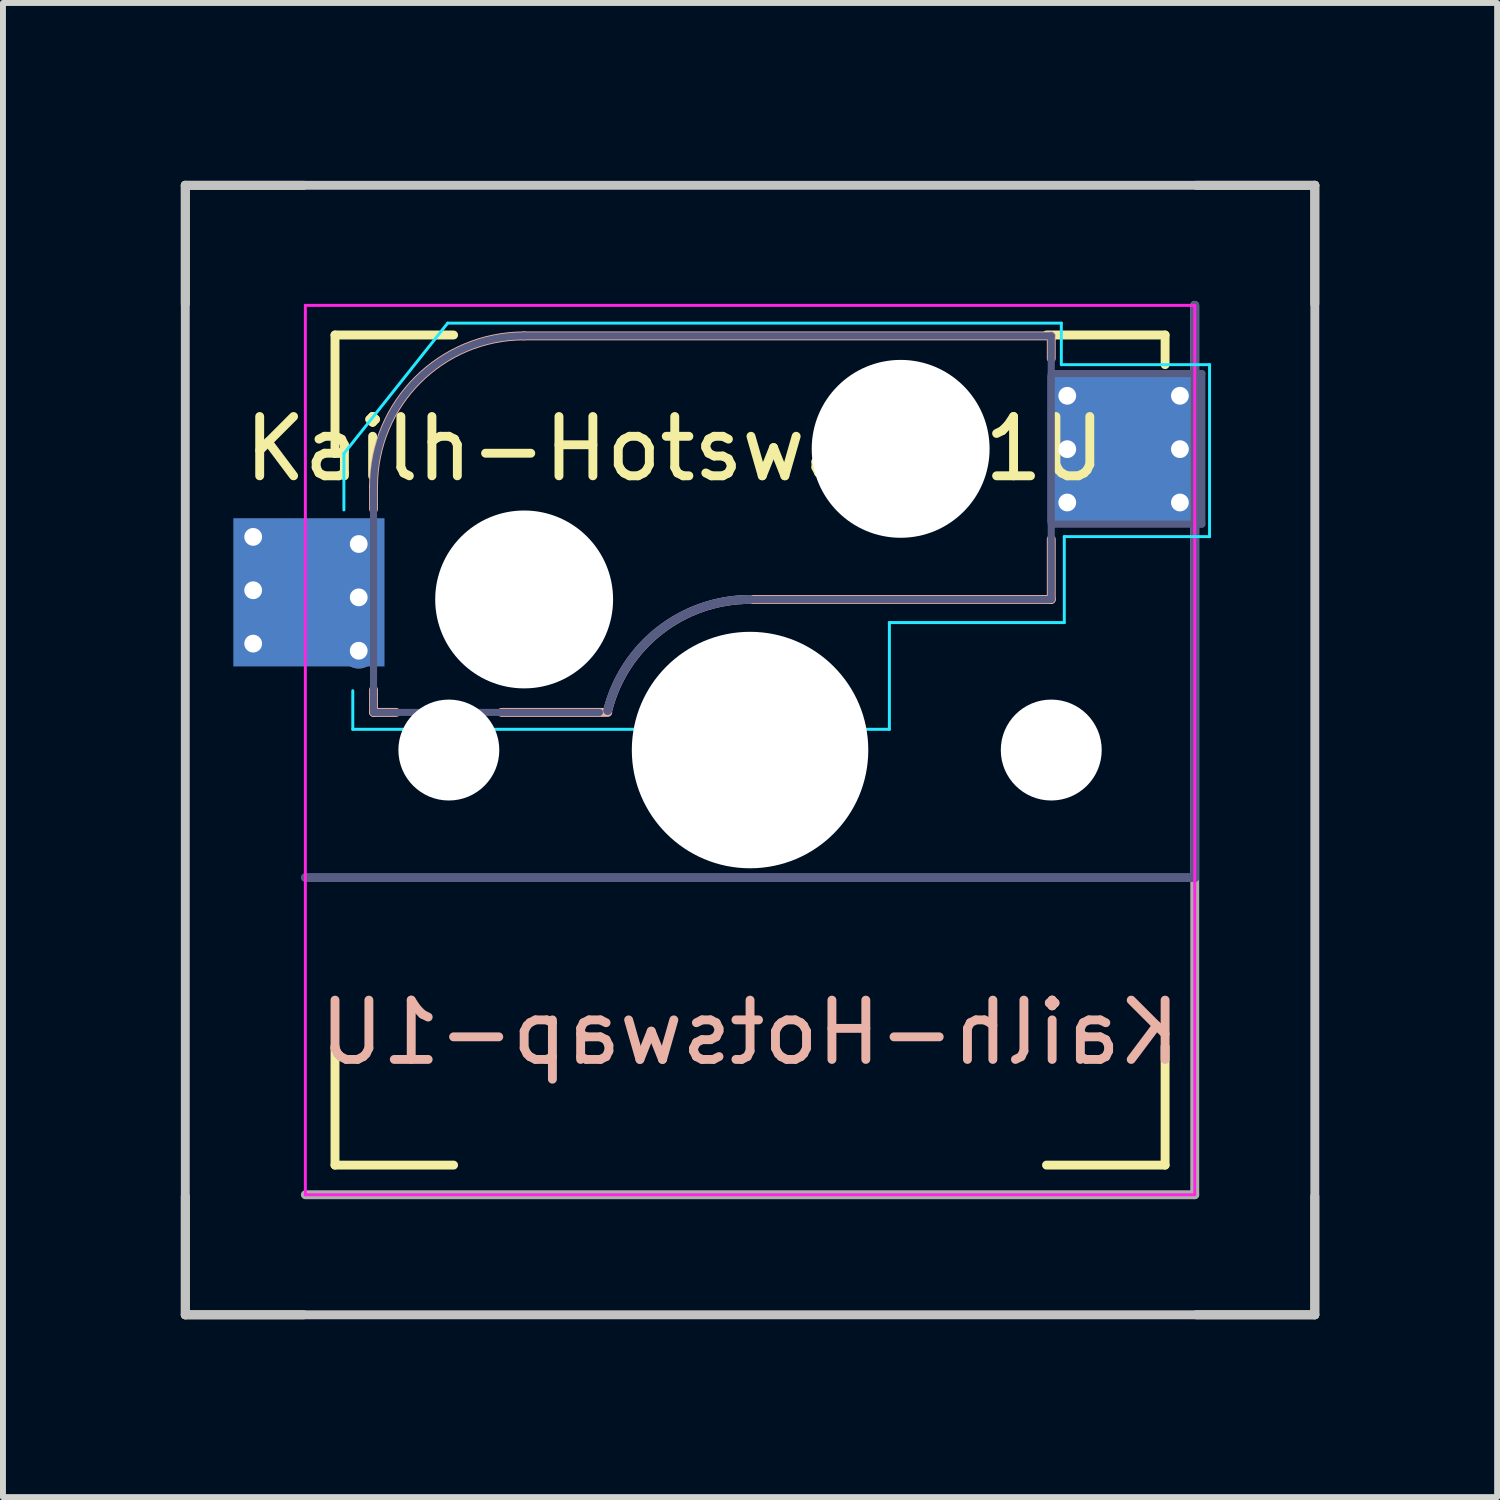
<source format=kicad_pcb>
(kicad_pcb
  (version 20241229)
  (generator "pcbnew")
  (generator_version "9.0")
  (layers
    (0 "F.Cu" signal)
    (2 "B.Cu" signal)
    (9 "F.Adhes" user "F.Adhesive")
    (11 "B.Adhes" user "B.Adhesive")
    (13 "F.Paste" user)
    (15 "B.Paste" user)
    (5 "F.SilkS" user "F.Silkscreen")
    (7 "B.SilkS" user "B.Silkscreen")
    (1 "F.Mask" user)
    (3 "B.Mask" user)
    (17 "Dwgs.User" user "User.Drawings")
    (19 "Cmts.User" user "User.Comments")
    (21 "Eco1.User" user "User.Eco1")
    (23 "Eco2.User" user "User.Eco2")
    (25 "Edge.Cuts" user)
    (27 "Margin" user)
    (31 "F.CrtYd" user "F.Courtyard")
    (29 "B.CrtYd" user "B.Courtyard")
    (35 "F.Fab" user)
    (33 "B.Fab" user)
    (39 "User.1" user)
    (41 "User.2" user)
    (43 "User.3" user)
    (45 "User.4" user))
  (footprint "Kailh-Hotswap-1U"
    (layer "F.Cu")
    (at 9.6 9.6)
    (property "Reference" "Kailh-Hotswap-1U" (at 0 4.763 0) (unlocked yes) (layer "B.SilkS") (effects (font (size 1 1) (thickness 0.15)) (justify mirror)))
    (attr smd)
    (fp_line (start -9.525 -9.525) (end -7.525 -9.525) (stroke (width 0.15) (type solid)) (layer "F.SilkS"))
    (fp_line (start -9.525 -7.525) (end -9.525 -9.525) (stroke (width 0.15) (type solid)) (layer "F.SilkS"))
    (fp_line (start -9.525 9.525) (end -9.525 7.525) (stroke (width 0.15) (type solid)) (layer "F.SilkS"))
    (fp_line (start -7.525 9.525) (end -9.525 9.525) (stroke (width 0.15) (type solid)) (layer "F.SilkS"))
    (fp_line (start -7 -7) (end -5 -7) (stroke (width 0.15) (type solid)) (layer "F.SilkS"))
    (fp_line (start -7 -5) (end -7 -7) (stroke (width 0.15) (type solid)) (layer "F.SilkS"))
    (fp_line (start -7 7) (end -7 5) (stroke (width 0.15) (type solid)) (layer "F.SilkS"))
    (fp_line (start -5 7) (end -7 7) (stroke (width 0.15) (type solid)) (layer "F.SilkS"))
    (fp_line (start 5 -7) (end 7 -7) (stroke (width 0.15) (type solid)) (layer "F.SilkS"))
    (fp_line (start 5 7) (end 7 7) (stroke (width 0.15) (type solid)) (layer "F.SilkS"))
    (fp_line (start 7 -7) (end 7 -6.5) (stroke (width 0.15) (type solid)) (layer "F.SilkS"))
    (fp_line (start 7 7) (end 7 5) (stroke (width 0.15) (type solid)) (layer "F.SilkS"))
    (fp_line (start 7.525 -9.525) (end 9.525 -9.525) (stroke (width 0.15) (type solid)) (layer "F.SilkS"))
    (fp_line (start 9.525 -9.525) (end 9.525 -7.525) (stroke (width 0.15) (type solid)) (layer "F.SilkS"))
    (fp_line (start 9.525 7.525) (end 9.525 9.525) (stroke (width 0.15) (type solid)) (layer "F.SilkS"))
    (fp_line (start 9.525 9.525) (end 7.525 9.525) (stroke (width 0.15) (type solid)) (layer "F.SilkS"))
    (fp_line (start -6.35 -4.445) (end -6.35 -4.064) (stroke (width 0.15) (type solid)) (layer "B.SilkS"))
    (fp_line (start -6.35 -1.016) (end -6.35 -0.635) (stroke (width 0.15) (type solid)) (layer "B.SilkS"))
    (fp_line (start -6.35 -0.635) (end -5.969 -0.635) (stroke (width 0.15) (type solid)) (layer "B.SilkS"))
    (fp_line (start -4.191 -0.635) (end -2.4 -0.635) (stroke (width 0.15) (type solid)) (layer "B.SilkS"))
    (fp_line (start 0 -2.54) (end 5.08 -2.54) (stroke (width 0.15) (type solid)) (layer "B.SilkS"))
    (fp_line (start 5.08 -6.985) (end -3.81 -6.985) (stroke (width 0.15) (type solid)) (layer "B.SilkS"))
    (fp_line (start 5.08 -6.604) (end 5.08 -6.985) (stroke (width 0.15) (type solid)) (layer "B.SilkS"))
    (fp_line (start 5.08 -2.54) (end 5.08 -3.556) (stroke (width 0.15) (type solid)) (layer "B.SilkS"))
    (fp_arc (start -6.35 -4.445) (mid -5.606051 -6.241051) (end -3.81 -6.985) (stroke (width 0.15) (type solid)) (layer "B.SilkS"))
    (fp_arc (start -2.399998 -0.666137) (mid -1.521828 -2.016531) (end 0.001565 -2.54) (stroke (width 0.15) (type solid)) (layer "B.SilkS"))
    (fp_line (start -9.525 -9.525) (end 9.525 -9.525) (stroke (width 0.15) (type solid)) (layer "Dwgs.User"))
    (fp_line (start -9.525 9.525) (end -9.525 -9.525) (stroke (width 0.15) (type solid)) (layer "Dwgs.User"))
    (fp_line (start 9.525 -9.525) (end 9.525 9.525) (stroke (width 0.15) (type solid)) (layer "Dwgs.User"))
    (fp_line (start 9.525 9.525) (end -9.525 9.525) (stroke (width 0.15) (type solid)) (layer "Dwgs.User"))
    (fp_line (start -6.85 -4.05) (end -6.85 -5) (stroke (width 0.05) (type solid)) (layer "B.CrtYd"))
    (fp_line (start -6.7 -0.35) (end -6.7 -1) (stroke (width 0.05) (type solid)) (layer "B.CrtYd"))
    (fp_line (start -6.7 -0.35) (end 2.35 -0.35) (stroke (width 0.05) (type solid)) (layer "B.CrtYd"))
    (fp_line (start -5.1 -7.2) (end -6.85 -5) (stroke (width 0.05) (type solid)) (layer "B.CrtYd"))
    (fp_line (start -5.1 -7.2) (end 5.25 -7.2) (stroke (width 0.05) (type solid)) (layer "B.CrtYd"))
    (fp_line (start 2.35 -2.15) (end 2.35 -0.35) (stroke (width 0.05) (type solid)) (layer "B.CrtYd"))
    (fp_line (start 2.35 -2.15) (end 5.3 -2.15) (stroke (width 0.05) (type solid)) (layer "B.CrtYd"))
    (fp_line (start 5.25 -7.2) (end 5.25 -6.5) (stroke (width 0.05) (type solid)) (layer "B.CrtYd"))
    (fp_line (start 5.3 -2.15) (end 5.3 -3.6) (stroke (width 0.05) (type solid)) (layer "B.CrtYd"))
    (fp_line (start 7.75 -6.5) (end 5.25 -6.5) (stroke (width 0.05) (type solid)) (layer "B.CrtYd"))
    (fp_line (start 7.75 -6.5) (end 7.75 -3.6) (stroke (width 0.05) (type solid)) (layer "B.CrtYd"))
    (fp_line (start 7.75 -3.6) (end 5.3 -3.6) (stroke (width 0.05) (type solid)) (layer "B.CrtYd"))
    (fp_line (start -7.5 -7.5) (end 7.5 -7.5) (stroke (width 0.05) (type solid)) (layer "F.CrtYd"))
    (fp_line (start -7.5 7.5) (end -7.5 -7.5) (stroke (width 0.05) (type solid)) (layer "F.CrtYd"))
    (fp_line (start -7.5 7.5) (end 7.5 7.5) (stroke (width 0.05) (type solid)) (layer "F.CrtYd"))
    (fp_line (start 7.5 -7.5) (end 7.5 7.5) (stroke (width 0.05) (type solid)) (layer "F.CrtYd"))
    (fp_line (start -7.5 2.15) (end 7.5 2.15) (stroke (width 0.15) (type solid)) (layer "B.Fab"))
    (fp_line (start -6.35 -0.635) (end -6.35 -4.445) (stroke (width 0.12) (type solid)) (layer "B.Fab"))
    (fp_line (start -3.81 -6.985) (end 5.08 -6.985) (stroke (width 0.12) (type solid)) (layer "B.Fab"))
    (fp_line (start -2.54 -0.635) (end -6.35 -0.635) (stroke (width 0.12) (type solid)) (layer "B.Fab"))
    (fp_line (start 5.08 -6.985) (end 5.08 -2.54) (stroke (width 0.12) (type solid)) (layer "B.Fab"))
    (fp_line (start 5.08 -6.35) (end 7.62 -6.35) (stroke (width 0.12) (type solid)) (layer "B.Fab"))
    (fp_line (start 5.08 -2.54) (end 0 -2.54) (stroke (width 0.12) (type solid)) (layer "B.Fab"))
    (fp_line (start 7.5 2.15) (end 7.5 -7.5) (stroke (width 0.15) (type solid)) (layer "B.Fab"))
    (fp_line (start 7.62 -6.35) (end 7.62 -3.81) (stroke (width 0.12) (type solid)) (layer "B.Fab"))
    (fp_line (start 7.62 -3.81) (end 5.08 -3.81) (stroke (width 0.12) (type solid)) (layer "B.Fab"))
    (fp_arc (start -6.35 -4.445) (mid -5.606051 -6.241051) (end -3.81 -6.985) (stroke (width 0.12) (type solid)) (layer "B.Fab"))
    (fp_arc (start -2.401563 -0.666137) (mid -1.523393 -2.016531) (end 0 -2.54) (stroke (width 0.15) (type solid)) (layer "B.Fab"))
    (fp_line (start -7.5 7.5) (end 7.5 7.5) (stroke (width 0.15) (type solid)) (layer "F.Fab"))
    (fp_line (start 7.5 7.5) (end 7.5 -7.5) (stroke (width 0.15) (type solid)) (layer "F.Fab"))
    (fp_text user "${REFERENCE}" (at -1.27 -5.08 180) (layer "F.SilkS") (effects (font (size 1 1) (thickness 0.15))))
    (pad "" np_thru_hole circle (at -5.08 0 180) (size 1.702 1.702) (drill 1.702) (layers "*.Cu" "*.Mask"))
    (pad "" np_thru_hole circle (at -3.81 -2.54 180) (size 3 3) (drill 3) (layers "*.Cu" "*.Mask"))
    (pad "" np_thru_hole circle (at 0 0 90) (size 3.988 3.988) (drill 3.988) (layers "*.Cu" "*.Mask"))
    (pad "" np_thru_hole circle (at 2.54 -5.08 180) (size 3 3) (drill 3) (layers "*.Cu" "*.Mask"))
    (pad "" np_thru_hole circle (at 5.08 0 180) (size 1.702 1.702) (drill 1.702) (layers "*.Cu" "*.Mask"))
    (pad "1" thru_hole circle (at 5.35 -5.975 180) (size 0.6 0.6) (drill 0.3) (layers "*.Cu" "B.Mask"))
    (pad "1" thru_hole circle (at 5.35 -5.075 180) (size 0.6 0.6) (drill 0.3) (layers "*.Cu" "B.Mask"))
    (pad "1" thru_hole circle (at 5.35 -4.175 180) (size 0.6 0.6) (drill 0.3) (layers "*.Cu" "B.Mask"))
    (pad "1" smd rect (at 6.29 -5.08 180) (size 2.55 2.5) (layers "B.Cu" "B.Mask" "B.Paste"))
    (pad "1" thru_hole circle (at 7.25 -5.975 180) (size 0.6 0.6) (drill 0.3) (layers "*.Cu" "B.Mask"))
    (pad "1" thru_hole circle (at 7.25 -5.075 180) (size 0.6 0.6) (drill 0.3) (layers "*.Cu" "B.Mask"))
    (pad "1" thru_hole circle (at 7.25 -4.175 180) (size 0.6 0.6) (drill 0.3) (layers "*.Cu" "B.Mask"))
    (pad "2" thru_hole circle (at -8.38 -3.595 180) (size 0.6 0.6) (drill 0.3) (layers "*.Cu" "B.Mask"))
    (pad "2" thru_hole circle (at -8.38 -2.695 180) (size 0.6 0.6) (drill 0.3) (layers "*.Cu" "B.Mask"))
    (pad "2" thru_hole circle (at -8.38 -1.795 180) (size 0.6 0.6) (drill 0.3) (layers "*.Cu" "B.Mask"))
    (pad "2" smd rect (at -7.44 -2.66 180) (size 2.55 2.5) (layers "B.Cu" "B.Mask" "B.Paste"))
    (pad "2" thru_hole circle (at -6.6 -3.475 180) (size 0.6 0.6) (drill 0.3) (layers "*.Cu" "B.Mask"))
    (pad "2" thru_hole circle (at -6.6 -2.575 180) (size 0.6 0.6) (drill 0.3) (layers "*.Cu" "B.Mask"))
    (pad "2" thru_hole circle (at -6.6 -1.675 180) (size 0.6 0.6) (drill 0.3) (layers "*.Cu" "B.Mask")))
  (gr_rect
    (start -3 -3)
    (end 22.2 22.2)
    (stroke (width 0.1) (type default))
    (fill no)
    (layer "Edge.Cuts")))
</source>
